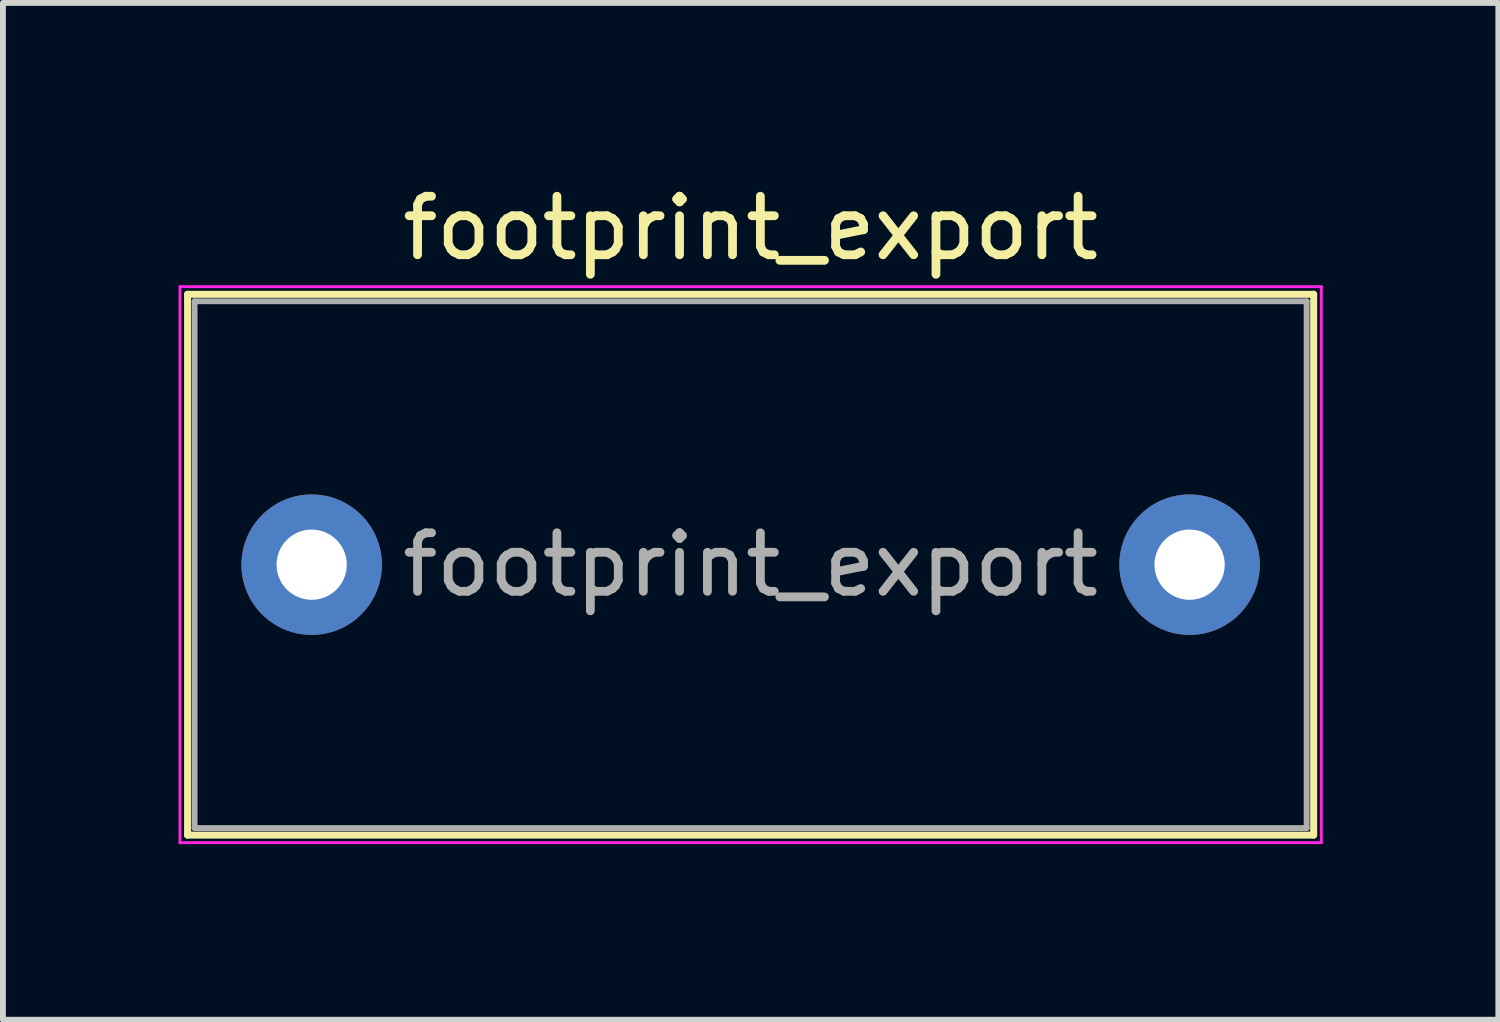
<source format=kicad_pcb>
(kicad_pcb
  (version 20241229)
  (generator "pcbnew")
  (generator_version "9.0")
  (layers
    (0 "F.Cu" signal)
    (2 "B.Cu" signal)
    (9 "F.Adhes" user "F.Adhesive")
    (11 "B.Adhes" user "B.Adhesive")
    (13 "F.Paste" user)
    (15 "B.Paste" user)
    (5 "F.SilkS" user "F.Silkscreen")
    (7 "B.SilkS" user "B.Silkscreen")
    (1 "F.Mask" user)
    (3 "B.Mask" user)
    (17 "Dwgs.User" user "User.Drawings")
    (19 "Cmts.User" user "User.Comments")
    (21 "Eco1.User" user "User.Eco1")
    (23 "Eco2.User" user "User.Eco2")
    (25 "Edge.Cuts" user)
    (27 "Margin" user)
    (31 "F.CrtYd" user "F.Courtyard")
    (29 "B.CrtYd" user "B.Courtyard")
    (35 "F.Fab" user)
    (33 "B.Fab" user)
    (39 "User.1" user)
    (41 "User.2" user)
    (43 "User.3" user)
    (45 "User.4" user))
  (footprint "footprint_export"
    (layer "F.Cu")
    (at 2.275 6.598)
    (property "Reference" "footprint_export" (at 7.5 -5.75 0) (layer "F.SilkS") (effects (font (size 1 1) (thickness 0.15))))
    (attr through_hole)
    (fp_line (start -2.12 -4.62) (end -2.12 4.62) (stroke (width 0.12) (type solid)) (layer "F.SilkS"))
    (fp_line (start -2.12 -4.62) (end 17.12 -4.62) (stroke (width 0.12) (type solid)) (layer "F.SilkS"))
    (fp_line (start -2.12 4.62) (end 17.12 4.62) (stroke (width 0.12) (type solid)) (layer "F.SilkS"))
    (fp_line (start 17.12 -4.62) (end 17.12 4.62) (stroke (width 0.12) (type solid)) (layer "F.SilkS"))
    (fp_line (start -2.25 -4.75) (end -2.25 4.75) (stroke (width 0.05) (type solid)) (layer "F.CrtYd"))
    (fp_line (start -2.25 4.75) (end 17.25 4.75) (stroke (width 0.05) (type solid)) (layer "F.CrtYd"))
    (fp_line (start 17.25 -4.75) (end -2.25 -4.75) (stroke (width 0.05) (type solid)) (layer "F.CrtYd"))
    (fp_line (start 17.25 4.75) (end 17.25 -4.75) (stroke (width 0.05) (type solid)) (layer "F.CrtYd"))
    (fp_line (start -2 -4.5) (end -2 4.5) (stroke (width 0.1) (type solid)) (layer "F.Fab"))
    (fp_line (start -2 4.5) (end 17 4.5) (stroke (width 0.1) (type solid)) (layer "F.Fab"))
    (fp_line (start 17 -4.5) (end -2 -4.5) (stroke (width 0.1) (type solid)) (layer "F.Fab"))
    (fp_line (start 17 4.5) (end 17 -4.5) (stroke (width 0.1) (type solid)) (layer "F.Fab"))
    (fp_text user "${REFERENCE}" (at 7.5 0 0) (layer "F.Fab") (effects (font (size 1 1) (thickness 0.15))))
    (pad "1" thru_hole circle (at 0 0) (size 2.4 2.4) (drill 1.2) (layers "*.Cu" "*.Mask"))
    (pad "2" thru_hole circle (at 15 0) (size 2.4 2.4) (drill 1.2) (layers "*.Cu" "*.Mask")))
  (gr_rect
    (start -3 -3)
    (end 22.55 14.373)
    (stroke (width 0.1) (type default))
    (fill no)
    (layer "Edge.Cuts")))
</source>
